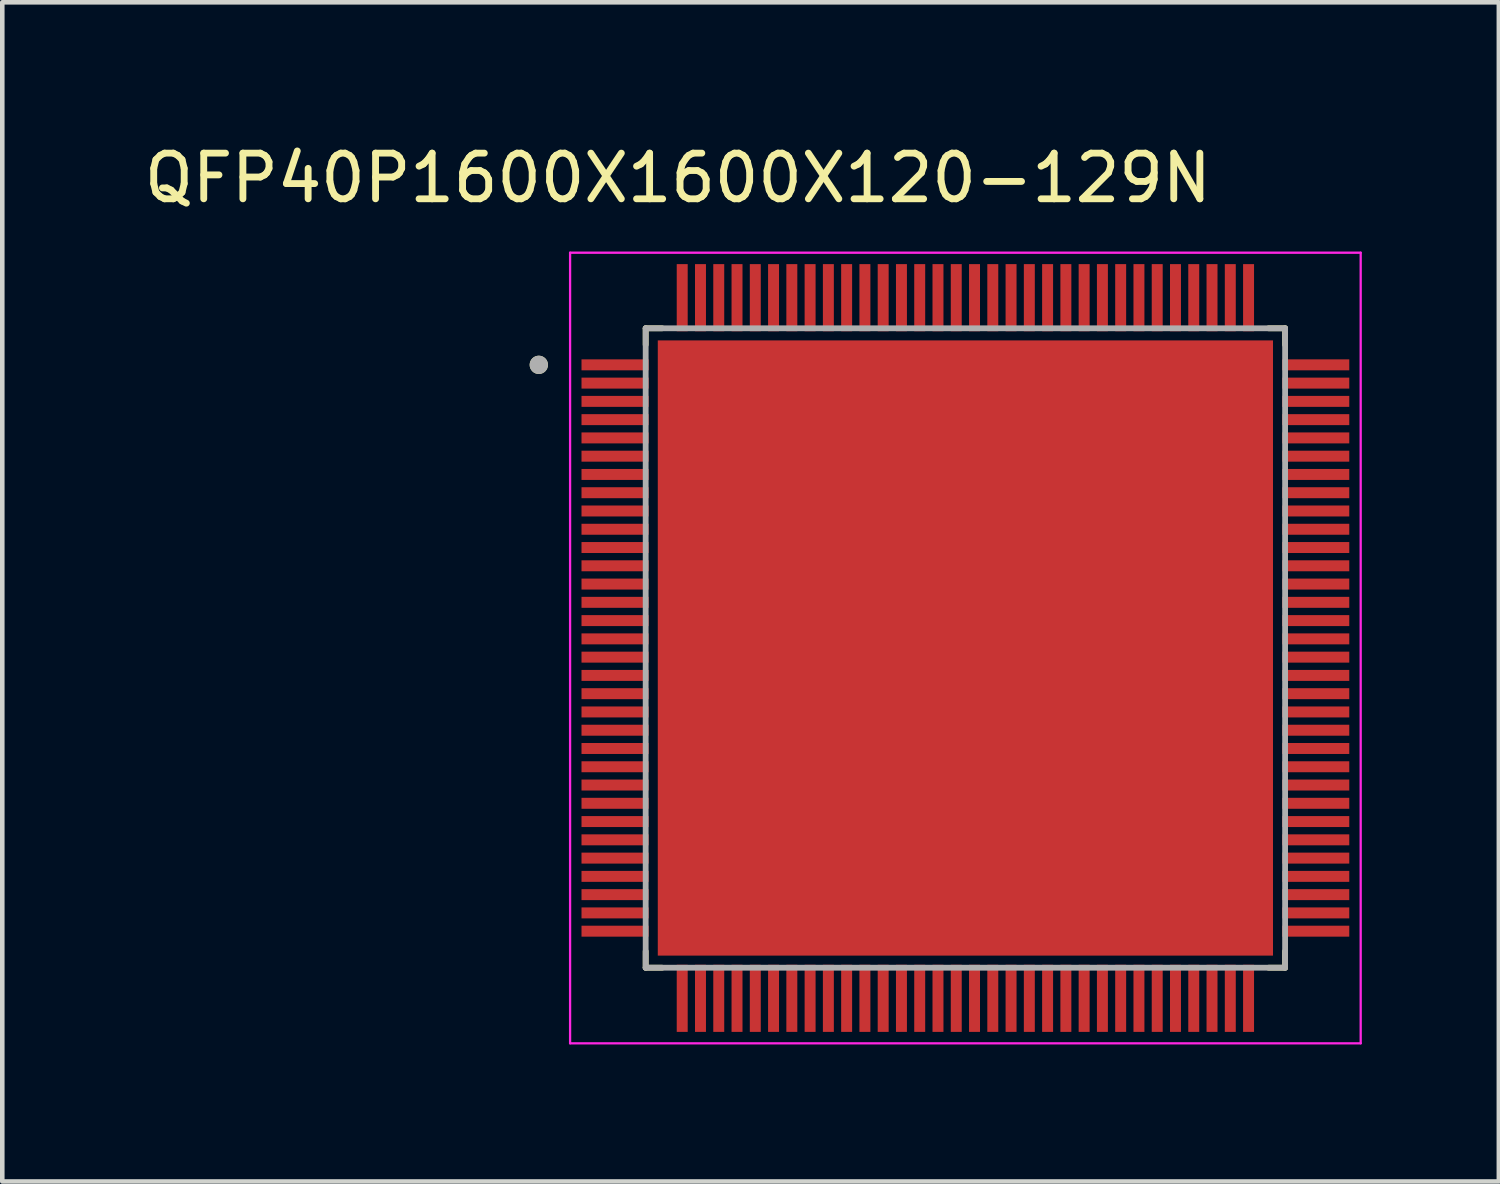
<source format=kicad_pcb>
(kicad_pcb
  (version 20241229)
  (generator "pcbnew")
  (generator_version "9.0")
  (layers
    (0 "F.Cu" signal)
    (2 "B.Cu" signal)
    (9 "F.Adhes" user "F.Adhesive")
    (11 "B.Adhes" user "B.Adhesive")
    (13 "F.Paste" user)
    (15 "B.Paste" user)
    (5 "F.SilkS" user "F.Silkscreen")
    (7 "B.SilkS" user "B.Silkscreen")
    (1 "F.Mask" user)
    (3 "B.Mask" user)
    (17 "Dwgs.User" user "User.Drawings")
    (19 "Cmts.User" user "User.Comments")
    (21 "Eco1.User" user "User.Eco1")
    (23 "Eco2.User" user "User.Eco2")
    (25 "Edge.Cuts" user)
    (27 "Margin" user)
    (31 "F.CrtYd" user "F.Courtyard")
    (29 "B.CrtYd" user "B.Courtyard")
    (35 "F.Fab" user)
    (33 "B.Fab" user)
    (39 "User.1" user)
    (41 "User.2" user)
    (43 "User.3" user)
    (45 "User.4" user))
  (footprint "QFP40P1600X1600X120-129N"
    (layer "F.Cu")
    (at 18.087 11.138)
    (property "Reference" "QFP40P1600X1600X120-129N" (at -6.295 -10.29 0) (layer "F.SilkS") (effects (font (size 1 1) (thickness 0.15))))
    (attr through_hole)
    (fp_line (start -7 -7) (end -7 -6.64) (stroke (width 0.127) (type solid)) (layer "F.SilkS"))
    (fp_line (start -7 -7) (end -6.64 -7) (stroke (width 0.127) (type solid)) (layer "F.SilkS"))
    (fp_line (start -7 7) (end -7 6.64) (stroke (width 0.127) (type solid)) (layer "F.SilkS"))
    (fp_line (start -7 7) (end -6.64 7) (stroke (width 0.127) (type solid)) (layer "F.SilkS"))
    (fp_line (start 7 -7) (end 6.64 -7) (stroke (width 0.127) (type solid)) (layer "F.SilkS"))
    (fp_line (start 7 -7) (end 7 -6.64) (stroke (width 0.127) (type solid)) (layer "F.SilkS"))
    (fp_line (start 7 7) (end 6.64 7) (stroke (width 0.127) (type solid)) (layer "F.SilkS"))
    (fp_line (start 7 7) (end 7 6.64) (stroke (width 0.127) (type solid)) (layer "F.SilkS"))
    (fp_circle (center -9.34 -6.2) (end -9.24 -6.2) (stroke (width 0.2) (type solid)) (fill no) (layer "F.SilkS"))
    (fp_poly (pts (xy -6.24 -6.24) (xy -4.54 -6.24) (xy -4.54 -4.54) (xy -6.24 -4.54)) (stroke (width 0.01) (type solid)) (fill yes) (layer "F.Paste"))
    (fp_poly (pts (xy -6.24 -3.55) (xy -4.54 -3.55) (xy -4.54 -1.85) (xy -6.24 -1.85)) (stroke (width 0.01) (type solid)) (fill yes) (layer "F.Paste"))
    (fp_poly (pts (xy -6.24 -0.86) (xy -4.54 -0.86) (xy -4.54 0.84) (xy -6.24 0.84)) (stroke (width 0.01) (type solid)) (fill yes) (layer "F.Paste"))
    (fp_poly (pts (xy -6.24 1.83) (xy -4.54 1.83) (xy -4.54 3.53) (xy -6.24 3.53)) (stroke (width 0.01) (type solid)) (fill yes) (layer "F.Paste"))
    (fp_poly (pts (xy -6.24 4.52) (xy -4.54 4.52) (xy -4.54 6.22) (xy -6.24 6.22)) (stroke (width 0.01) (type solid)) (fill yes) (layer "F.Paste"))
    (fp_poly (pts (xy -3.55 -6.24) (xy -1.85 -6.24) (xy -1.85 -4.54) (xy -3.55 -4.54)) (stroke (width 0.01) (type solid)) (fill yes) (layer "F.Paste"))
    (fp_poly (pts (xy -3.55 -3.55) (xy -1.85 -3.55) (xy -1.85 -1.85) (xy -3.55 -1.85)) (stroke (width 0.01) (type solid)) (fill yes) (layer "F.Paste"))
    (fp_poly (pts (xy -3.55 -0.86) (xy -1.85 -0.86) (xy -1.85 0.84) (xy -3.55 0.84)) (stroke (width 0.01) (type solid)) (fill yes) (layer "F.Paste"))
    (fp_poly (pts (xy -3.55 1.83) (xy -1.85 1.83) (xy -1.85 3.53) (xy -3.55 3.53)) (stroke (width 0.01) (type solid)) (fill yes) (layer "F.Paste"))
    (fp_poly (pts (xy -3.55 4.52) (xy -1.85 4.52) (xy -1.85 6.22) (xy -3.55 6.22)) (stroke (width 0.01) (type solid)) (fill yes) (layer "F.Paste"))
    (fp_poly (pts (xy -0.86 -6.24) (xy 0.84 -6.24) (xy 0.84 -4.54) (xy -0.86 -4.54)) (stroke (width 0.01) (type solid)) (fill yes) (layer "F.Paste"))
    (fp_poly (pts (xy -0.86 -3.55) (xy 0.84 -3.55) (xy 0.84 -1.85) (xy -0.86 -1.85)) (stroke (width 0.01) (type solid)) (fill yes) (layer "F.Paste"))
    (fp_poly (pts (xy -0.86 -0.86) (xy 0.84 -0.86) (xy 0.84 0.84) (xy -0.86 0.84)) (stroke (width 0.01) (type solid)) (fill yes) (layer "F.Paste"))
    (fp_poly (pts (xy -0.86 1.83) (xy 0.84 1.83) (xy 0.84 3.53) (xy -0.86 3.53)) (stroke (width 0.01) (type solid)) (fill yes) (layer "F.Paste"))
    (fp_poly (pts (xy -0.86 4.52) (xy 0.84 4.52) (xy 0.84 6.22) (xy -0.86 6.22)) (stroke (width 0.01) (type solid)) (fill yes) (layer "F.Paste"))
    (fp_poly (pts (xy 1.83 -6.24) (xy 3.53 -6.24) (xy 3.53 -4.54) (xy 1.83 -4.54)) (stroke (width 0.01) (type solid)) (fill yes) (layer "F.Paste"))
    (fp_poly (pts (xy 1.83 -3.55) (xy 3.53 -3.55) (xy 3.53 -1.85) (xy 1.83 -1.85)) (stroke (width 0.01) (type solid)) (fill yes) (layer "F.Paste"))
    (fp_poly (pts (xy 1.83 -0.86) (xy 3.53 -0.86) (xy 3.53 0.84) (xy 1.83 0.84)) (stroke (width 0.01) (type solid)) (fill yes) (layer "F.Paste"))
    (fp_poly (pts (xy 1.83 1.83) (xy 3.53 1.83) (xy 3.53 3.53) (xy 1.83 3.53)) (stroke (width 0.01) (type solid)) (fill yes) (layer "F.Paste"))
    (fp_poly (pts (xy 1.83 4.52) (xy 3.53 4.52) (xy 3.53 6.22) (xy 1.83 6.22)) (stroke (width 0.01) (type solid)) (fill yes) (layer "F.Paste"))
    (fp_poly (pts (xy 4.52 -6.24) (xy 6.22 -6.24) (xy 6.22 -4.54) (xy 4.52 -4.54)) (stroke (width 0.01) (type solid)) (fill yes) (layer "F.Paste"))
    (fp_poly (pts (xy 4.52 -3.55) (xy 6.22 -3.55) (xy 6.22 -1.85) (xy 4.52 -1.85)) (stroke (width 0.01) (type solid)) (fill yes) (layer "F.Paste"))
    (fp_poly (pts (xy 4.52 -0.86) (xy 6.22 -0.86) (xy 6.22 0.84) (xy 4.52 0.84)) (stroke (width 0.01) (type solid)) (fill yes) (layer "F.Paste"))
    (fp_poly (pts (xy 4.52 1.83) (xy 6.22 1.83) (xy 6.22 3.53) (xy 4.52 3.53)) (stroke (width 0.01) (type solid)) (fill yes) (layer "F.Paste"))
    (fp_poly (pts (xy 4.52 4.52) (xy 6.22 4.52) (xy 6.22 6.22) (xy 4.52 6.22)) (stroke (width 0.01) (type solid)) (fill yes) (layer "F.Paste"))
    (fp_line (start -8.655 -8.655) (end 8.655 -8.655) (stroke (width 0.05) (type solid)) (layer "F.CrtYd"))
    (fp_line (start -8.655 8.655) (end -8.655 -8.655) (stroke (width 0.05) (type solid)) (layer "F.CrtYd"))
    (fp_line (start -8.655 8.655) (end 8.655 8.655) (stroke (width 0.05) (type solid)) (layer "F.CrtYd"))
    (fp_line (start 8.655 8.655) (end 8.655 -8.655) (stroke (width 0.05) (type solid)) (layer "F.CrtYd"))
    (fp_line (start -7 7) (end -7 -7) (stroke (width 0.127) (type solid)) (layer "F.Fab"))
    (fp_line (start 7 -7) (end -7 -7) (stroke (width 0.127) (type solid)) (layer "F.Fab"))
    (fp_line (start 7 7) (end -7 7) (stroke (width 0.127) (type solid)) (layer "F.Fab"))
    (fp_line (start 7 7) (end 7 -7) (stroke (width 0.127) (type solid)) (layer "F.Fab"))
    (fp_circle (center -9.34 -6.2) (end -9.24 -6.2) (stroke (width 0.2) (type solid)) (fill no) (layer "F.Fab"))
    (pad "1" smd rect (at -7.67 -6.2) (size 1.47 0.24) (layers "F.Cu" "F.Mask" "F.Paste"))
    (pad "2" smd rect (at -7.67 -5.8) (size 1.47 0.24) (layers "F.Cu" "F.Mask" "F.Paste"))
    (pad "3" smd rect (at -7.67 -5.4) (size 1.47 0.24) (layers "F.Cu" "F.Mask" "F.Paste"))
    (pad "4" smd rect (at -7.67 -5) (size 1.47 0.24) (layers "F.Cu" "F.Mask" "F.Paste"))
    (pad "5" smd rect (at -7.67 -4.6) (size 1.47 0.24) (layers "F.Cu" "F.Mask" "F.Paste"))
    (pad "6" smd rect (at -7.67 -4.2) (size 1.47 0.24) (layers "F.Cu" "F.Mask" "F.Paste"))
    (pad "7" smd rect (at -7.67 -3.8) (size 1.47 0.24) (layers "F.Cu" "F.Mask" "F.Paste"))
    (pad "8" smd rect (at -7.67 -3.4) (size 1.47 0.24) (layers "F.Cu" "F.Mask" "F.Paste"))
    (pad "9" smd rect (at -7.67 -3) (size 1.47 0.24) (layers "F.Cu" "F.Mask" "F.Paste"))
    (pad "10" smd rect (at -7.67 -2.6) (size 1.47 0.24) (layers "F.Cu" "F.Mask" "F.Paste"))
    (pad "11" smd rect (at -7.67 -2.2) (size 1.47 0.24) (layers "F.Cu" "F.Mask" "F.Paste"))
    (pad "12" smd rect (at -7.67 -1.8) (size 1.47 0.24) (layers "F.Cu" "F.Mask" "F.Paste"))
    (pad "13" smd rect (at -7.67 -1.4) (size 1.47 0.24) (layers "F.Cu" "F.Mask" "F.Paste"))
    (pad "14" smd rect (at -7.67 -1) (size 1.47 0.24) (layers "F.Cu" "F.Mask" "F.Paste"))
    (pad "15" smd rect (at -7.67 -0.6) (size 1.47 0.24) (layers "F.Cu" "F.Mask" "F.Paste"))
    (pad "16" smd rect (at -7.67 -0.2) (size 1.47 0.24) (layers "F.Cu" "F.Mask" "F.Paste"))
    (pad "17" smd rect (at -7.67 0.2) (size 1.47 0.24) (layers "F.Cu" "F.Mask" "F.Paste"))
    (pad "18" smd rect (at -7.67 0.6) (size 1.47 0.24) (layers "F.Cu" "F.Mask" "F.Paste"))
    (pad "19" smd rect (at -7.67 1) (size 1.47 0.24) (layers "F.Cu" "F.Mask" "F.Paste"))
    (pad "20" smd rect (at -7.67 1.4) (size 1.47 0.24) (layers "F.Cu" "F.Mask" "F.Paste"))
    (pad "21" smd rect (at -7.67 1.8) (size 1.47 0.24) (layers "F.Cu" "F.Mask" "F.Paste"))
    (pad "22" smd rect (at -7.67 2.2) (size 1.47 0.24) (layers "F.Cu" "F.Mask" "F.Paste"))
    (pad "23" smd rect (at -7.67 2.6) (size 1.47 0.24) (layers "F.Cu" "F.Mask" "F.Paste"))
    (pad "24" smd rect (at -7.67 3) (size 1.47 0.24) (layers "F.Cu" "F.Mask" "F.Paste"))
    (pad "25" smd rect (at -7.67 3.4) (size 1.47 0.24) (layers "F.Cu" "F.Mask" "F.Paste"))
    (pad "26" smd rect (at -7.67 3.8) (size 1.47 0.24) (layers "F.Cu" "F.Mask" "F.Paste"))
    (pad "27" smd rect (at -7.67 4.2) (size 1.47 0.24) (layers "F.Cu" "F.Mask" "F.Paste"))
    (pad "28" smd rect (at -7.67 4.6) (size 1.47 0.24) (layers "F.Cu" "F.Mask" "F.Paste"))
    (pad "29" smd rect (at -7.67 5) (size 1.47 0.24) (layers "F.Cu" "F.Mask" "F.Paste"))
    (pad "30" smd rect (at -7.67 5.4) (size 1.47 0.24) (layers "F.Cu" "F.Mask" "F.Paste"))
    (pad "31" smd rect (at -7.67 5.8) (size 1.47 0.24) (layers "F.Cu" "F.Mask" "F.Paste"))
    (pad "32" smd rect (at -7.67 6.2) (size 1.47 0.24) (layers "F.Cu" "F.Mask" "F.Paste"))
    (pad "33" smd rect (at -6.2 7.67) (size 0.24 1.47) (layers "F.Cu" "F.Mask" "F.Paste"))
    (pad "34" smd rect (at -5.8 7.67) (size 0.24 1.47) (layers "F.Cu" "F.Mask" "F.Paste"))
    (pad "35" smd rect (at -5.4 7.67) (size 0.24 1.47) (layers "F.Cu" "F.Mask" "F.Paste"))
    (pad "36" smd rect (at -5 7.67) (size 0.24 1.47) (layers "F.Cu" "F.Mask" "F.Paste"))
    (pad "37" smd rect (at -4.6 7.67) (size 0.24 1.47) (layers "F.Cu" "F.Mask" "F.Paste"))
    (pad "38" smd rect (at -4.2 7.67) (size 0.24 1.47) (layers "F.Cu" "F.Mask" "F.Paste"))
    (pad "39" smd rect (at -3.8 7.67) (size 0.24 1.47) (layers "F.Cu" "F.Mask" "F.Paste"))
    (pad "40" smd rect (at -3.4 7.67) (size 0.24 1.47) (layers "F.Cu" "F.Mask" "F.Paste"))
    (pad "41" smd rect (at -3 7.67) (size 0.24 1.47) (layers "F.Cu" "F.Mask" "F.Paste"))
    (pad "42" smd rect (at -2.6 7.67) (size 0.24 1.47) (layers "F.Cu" "F.Mask" "F.Paste"))
    (pad "43" smd rect (at -2.2 7.67) (size 0.24 1.47) (layers "F.Cu" "F.Mask" "F.Paste"))
    (pad "44" smd rect (at -1.8 7.67) (size 0.24 1.47) (layers "F.Cu" "F.Mask" "F.Paste"))
    (pad "45" smd rect (at -1.4 7.67) (size 0.24 1.47) (layers "F.Cu" "F.Mask" "F.Paste"))
    (pad "46" smd rect (at -1 7.67) (size 0.24 1.47) (layers "F.Cu" "F.Mask" "F.Paste"))
    (pad "47" smd rect (at -0.6 7.67) (size 0.24 1.47) (layers "F.Cu" "F.Mask" "F.Paste"))
    (pad "48" smd rect (at -0.2 7.67) (size 0.24 1.47) (layers "F.Cu" "F.Mask" "F.Paste"))
    (pad "49" smd rect (at 0.2 7.67) (size 0.24 1.47) (layers "F.Cu" "F.Mask" "F.Paste"))
    (pad "50" smd rect (at 0.6 7.67) (size 0.24 1.47) (layers "F.Cu" "F.Mask" "F.Paste"))
    (pad "51" smd rect (at 1 7.67) (size 0.24 1.47) (layers "F.Cu" "F.Mask" "F.Paste"))
    (pad "52" smd rect (at 1.4 7.67) (size 0.24 1.47) (layers "F.Cu" "F.Mask" "F.Paste"))
    (pad "53" smd rect (at 1.8 7.67) (size 0.24 1.47) (layers "F.Cu" "F.Mask" "F.Paste"))
    (pad "54" smd rect (at 2.2 7.67) (size 0.24 1.47) (layers "F.Cu" "F.Mask" "F.Paste"))
    (pad "55" smd rect (at 2.6 7.67) (size 0.24 1.47) (layers "F.Cu" "F.Mask" "F.Paste"))
    (pad "56" smd rect (at 3 7.67) (size 0.24 1.47) (layers "F.Cu" "F.Mask" "F.Paste"))
    (pad "57" smd rect (at 3.4 7.67) (size 0.24 1.47) (layers "F.Cu" "F.Mask" "F.Paste"))
    (pad "58" smd rect (at 3.8 7.67) (size 0.24 1.47) (layers "F.Cu" "F.Mask" "F.Paste"))
    (pad "59" smd rect (at 4.2 7.67) (size 0.24 1.47) (layers "F.Cu" "F.Mask" "F.Paste"))
    (pad "60" smd rect (at 4.6 7.67) (size 0.24 1.47) (layers "F.Cu" "F.Mask" "F.Paste"))
    (pad "61" smd rect (at 5 7.67) (size 0.24 1.47) (layers "F.Cu" "F.Mask" "F.Paste"))
    (pad "62" smd rect (at 5.4 7.67) (size 0.24 1.47) (layers "F.Cu" "F.Mask" "F.Paste"))
    (pad "63" smd rect (at 5.8 7.67) (size 0.24 1.47) (layers "F.Cu" "F.Mask" "F.Paste"))
    (pad "64" smd rect (at 6.2 7.67) (size 0.24 1.47) (layers "F.Cu" "F.Mask" "F.Paste"))
    (pad "65" smd rect (at 7.67 6.2) (size 1.47 0.24) (layers "F.Cu" "F.Mask" "F.Paste"))
    (pad "66" smd rect (at 7.67 5.8) (size 1.47 0.24) (layers "F.Cu" "F.Mask" "F.Paste"))
    (pad "67" smd rect (at 7.67 5.4) (size 1.47 0.24) (layers "F.Cu" "F.Mask" "F.Paste"))
    (pad "68" smd rect (at 7.67 5) (size 1.47 0.24) (layers "F.Cu" "F.Mask" "F.Paste"))
    (pad "69" smd rect (at 7.67 4.6) (size 1.47 0.24) (layers "F.Cu" "F.Mask" "F.Paste"))
    (pad "70" smd rect (at 7.67 4.2) (size 1.47 0.24) (layers "F.Cu" "F.Mask" "F.Paste"))
    (pad "71" smd rect (at 7.67 3.8) (size 1.47 0.24) (layers "F.Cu" "F.Mask" "F.Paste"))
    (pad "72" smd rect (at 7.67 3.4) (size 1.47 0.24) (layers "F.Cu" "F.Mask" "F.Paste"))
    (pad "73" smd rect (at 7.67 3) (size 1.47 0.24) (layers "F.Cu" "F.Mask" "F.Paste"))
    (pad "74" smd rect (at 7.67 2.6) (size 1.47 0.24) (layers "F.Cu" "F.Mask" "F.Paste"))
    (pad "75" smd rect (at 7.67 2.2) (size 1.47 0.24) (layers "F.Cu" "F.Mask" "F.Paste"))
    (pad "76" smd rect (at 7.67 1.8) (size 1.47 0.24) (layers "F.Cu" "F.Mask" "F.Paste"))
    (pad "77" smd rect (at 7.67 1.4) (size 1.47 0.24) (layers "F.Cu" "F.Mask" "F.Paste"))
    (pad "78" smd rect (at 7.67 1) (size 1.47 0.24) (layers "F.Cu" "F.Mask" "F.Paste"))
    (pad "79" smd rect (at 7.67 0.6) (size 1.47 0.24) (layers "F.Cu" "F.Mask" "F.Paste"))
    (pad "80" smd rect (at 7.67 0.2) (size 1.47 0.24) (layers "F.Cu" "F.Mask" "F.Paste"))
    (pad "81" smd rect (at 7.67 -0.2) (size 1.47 0.24) (layers "F.Cu" "F.Mask" "F.Paste"))
    (pad "82" smd rect (at 7.67 -0.6) (size 1.47 0.24) (layers "F.Cu" "F.Mask" "F.Paste"))
    (pad "83" smd rect (at 7.67 -1) (size 1.47 0.24) (layers "F.Cu" "F.Mask" "F.Paste"))
    (pad "84" smd rect (at 7.67 -1.4) (size 1.47 0.24) (layers "F.Cu" "F.Mask" "F.Paste"))
    (pad "85" smd rect (at 7.67 -1.8) (size 1.47 0.24) (layers "F.Cu" "F.Mask" "F.Paste"))
    (pad "86" smd rect (at 7.67 -2.2) (size 1.47 0.24) (layers "F.Cu" "F.Mask" "F.Paste"))
    (pad "87" smd rect (at 7.67 -2.6) (size 1.47 0.24) (layers "F.Cu" "F.Mask" "F.Paste"))
    (pad "88" smd rect (at 7.67 -3) (size 1.47 0.24) (layers "F.Cu" "F.Mask" "F.Paste"))
    (pad "89" smd rect (at 7.67 -3.4) (size 1.47 0.24) (layers "F.Cu" "F.Mask" "F.Paste"))
    (pad "90" smd rect (at 7.67 -3.8) (size 1.47 0.24) (layers "F.Cu" "F.Mask" "F.Paste"))
    (pad "91" smd rect (at 7.67 -4.2) (size 1.47 0.24) (layers "F.Cu" "F.Mask" "F.Paste"))
    (pad "92" smd rect (at 7.67 -4.6) (size 1.47 0.24) (layers "F.Cu" "F.Mask" "F.Paste"))
    (pad "93" smd rect (at 7.67 -5) (size 1.47 0.24) (layers "F.Cu" "F.Mask" "F.Paste"))
    (pad "94" smd rect (at 7.67 -5.4) (size 1.47 0.24) (layers "F.Cu" "F.Mask" "F.Paste"))
    (pad "95" smd rect (at 7.67 -5.8) (size 1.47 0.24) (layers "F.Cu" "F.Mask" "F.Paste"))
    (pad "96" smd rect (at 7.67 -6.2) (size 1.47 0.24) (layers "F.Cu" "F.Mask" "F.Paste"))
    (pad "97" smd rect (at 6.2 -7.67) (size 0.24 1.47) (layers "F.Cu" "F.Mask" "F.Paste"))
    (pad "98" smd rect (at 5.8 -7.67) (size 0.24 1.47) (layers "F.Cu" "F.Mask" "F.Paste"))
    (pad "99" smd rect (at 5.4 -7.67) (size 0.24 1.47) (layers "F.Cu" "F.Mask" "F.Paste"))
    (pad "100" smd rect (at 5 -7.67) (size 0.24 1.47) (layers "F.Cu" "F.Mask" "F.Paste"))
    (pad "101" smd rect (at 4.6 -7.67) (size 0.24 1.47) (layers "F.Cu" "F.Mask" "F.Paste"))
    (pad "102" smd rect (at 4.2 -7.67) (size 0.24 1.47) (layers "F.Cu" "F.Mask" "F.Paste"))
    (pad "103" smd rect (at 3.8 -7.67) (size 0.24 1.47) (layers "F.Cu" "F.Mask" "F.Paste"))
    (pad "104" smd rect (at 3.4 -7.67) (size 0.24 1.47) (layers "F.Cu" "F.Mask" "F.Paste"))
    (pad "105" smd rect (at 3 -7.67) (size 0.24 1.47) (layers "F.Cu" "F.Mask" "F.Paste"))
    (pad "106" smd rect (at 2.6 -7.67) (size 0.24 1.47) (layers "F.Cu" "F.Mask" "F.Paste"))
    (pad "107" smd rect (at 2.2 -7.67) (size 0.24 1.47) (layers "F.Cu" "F.Mask" "F.Paste"))
    (pad "108" smd rect (at 1.8 -7.67) (size 0.24 1.47) (layers "F.Cu" "F.Mask" "F.Paste"))
    (pad "109" smd rect (at 1.4 -7.67) (size 0.24 1.47) (layers "F.Cu" "F.Mask" "F.Paste"))
    (pad "110" smd rect (at 1 -7.67) (size 0.24 1.47) (layers "F.Cu" "F.Mask" "F.Paste"))
    (pad "111" smd rect (at 0.6 -7.67) (size 0.24 1.47) (layers "F.Cu" "F.Mask" "F.Paste"))
    (pad "112" smd rect (at 0.2 -7.67) (size 0.24 1.47) (layers "F.Cu" "F.Mask" "F.Paste"))
    (pad "113" smd rect (at -0.2 -7.67) (size 0.24 1.47) (layers "F.Cu" "F.Mask" "F.Paste"))
    (pad "114" smd rect (at -0.6 -7.67) (size 0.24 1.47) (layers "F.Cu" "F.Mask" "F.Paste"))
    (pad "115" smd rect (at -1 -7.67) (size 0.24 1.47) (layers "F.Cu" "F.Mask" "F.Paste"))
    (pad "116" smd rect (at -1.4 -7.67) (size 0.24 1.47) (layers "F.Cu" "F.Mask" "F.Paste"))
    (pad "117" smd rect (at -1.8 -7.67) (size 0.24 1.47) (layers "F.Cu" "F.Mask" "F.Paste"))
    (pad "118" smd rect (at -2.2 -7.67) (size 0.24 1.47) (layers "F.Cu" "F.Mask" "F.Paste"))
    (pad "119" smd rect (at -2.6 -7.67) (size 0.24 1.47) (layers "F.Cu" "F.Mask" "F.Paste"))
    (pad "120" smd rect (at -3 -7.67) (size 0.24 1.47) (layers "F.Cu" "F.Mask" "F.Paste"))
    (pad "121" smd rect (at -3.4 -7.67) (size 0.24 1.47) (layers "F.Cu" "F.Mask" "F.Paste"))
    (pad "122" smd rect (at -3.8 -7.67) (size 0.24 1.47) (layers "F.Cu" "F.Mask" "F.Paste"))
    (pad "123" smd rect (at -4.2 -7.67) (size 0.24 1.47) (layers "F.Cu" "F.Mask" "F.Paste"))
    (pad "124" smd rect (at -4.6 -7.67) (size 0.24 1.47) (layers "F.Cu" "F.Mask" "F.Paste"))
    (pad "125" smd rect (at -5 -7.67) (size 0.24 1.47) (layers "F.Cu" "F.Mask" "F.Paste"))
    (pad "126" smd rect (at -5.4 -7.67) (size 0.24 1.47) (layers "F.Cu" "F.Mask" "F.Paste"))
    (pad "127" smd rect (at -5.8 -7.67) (size 0.24 1.47) (layers "F.Cu" "F.Mask" "F.Paste"))
    (pad "128" smd rect (at -6.2 -7.67) (size 0.24 1.47) (layers "F.Cu" "F.Mask" "F.Paste"))
    (pad "129" smd rect (at 0 0) (size 13.47 13.47) (layers "F.Cu" "F.Mask")))
  (gr_rect
    (start -3 -3)
    (end 29.767 22.818)
    (stroke (width 0.1) (type default))
    (fill no)
    (layer "Edge.Cuts")))
</source>
